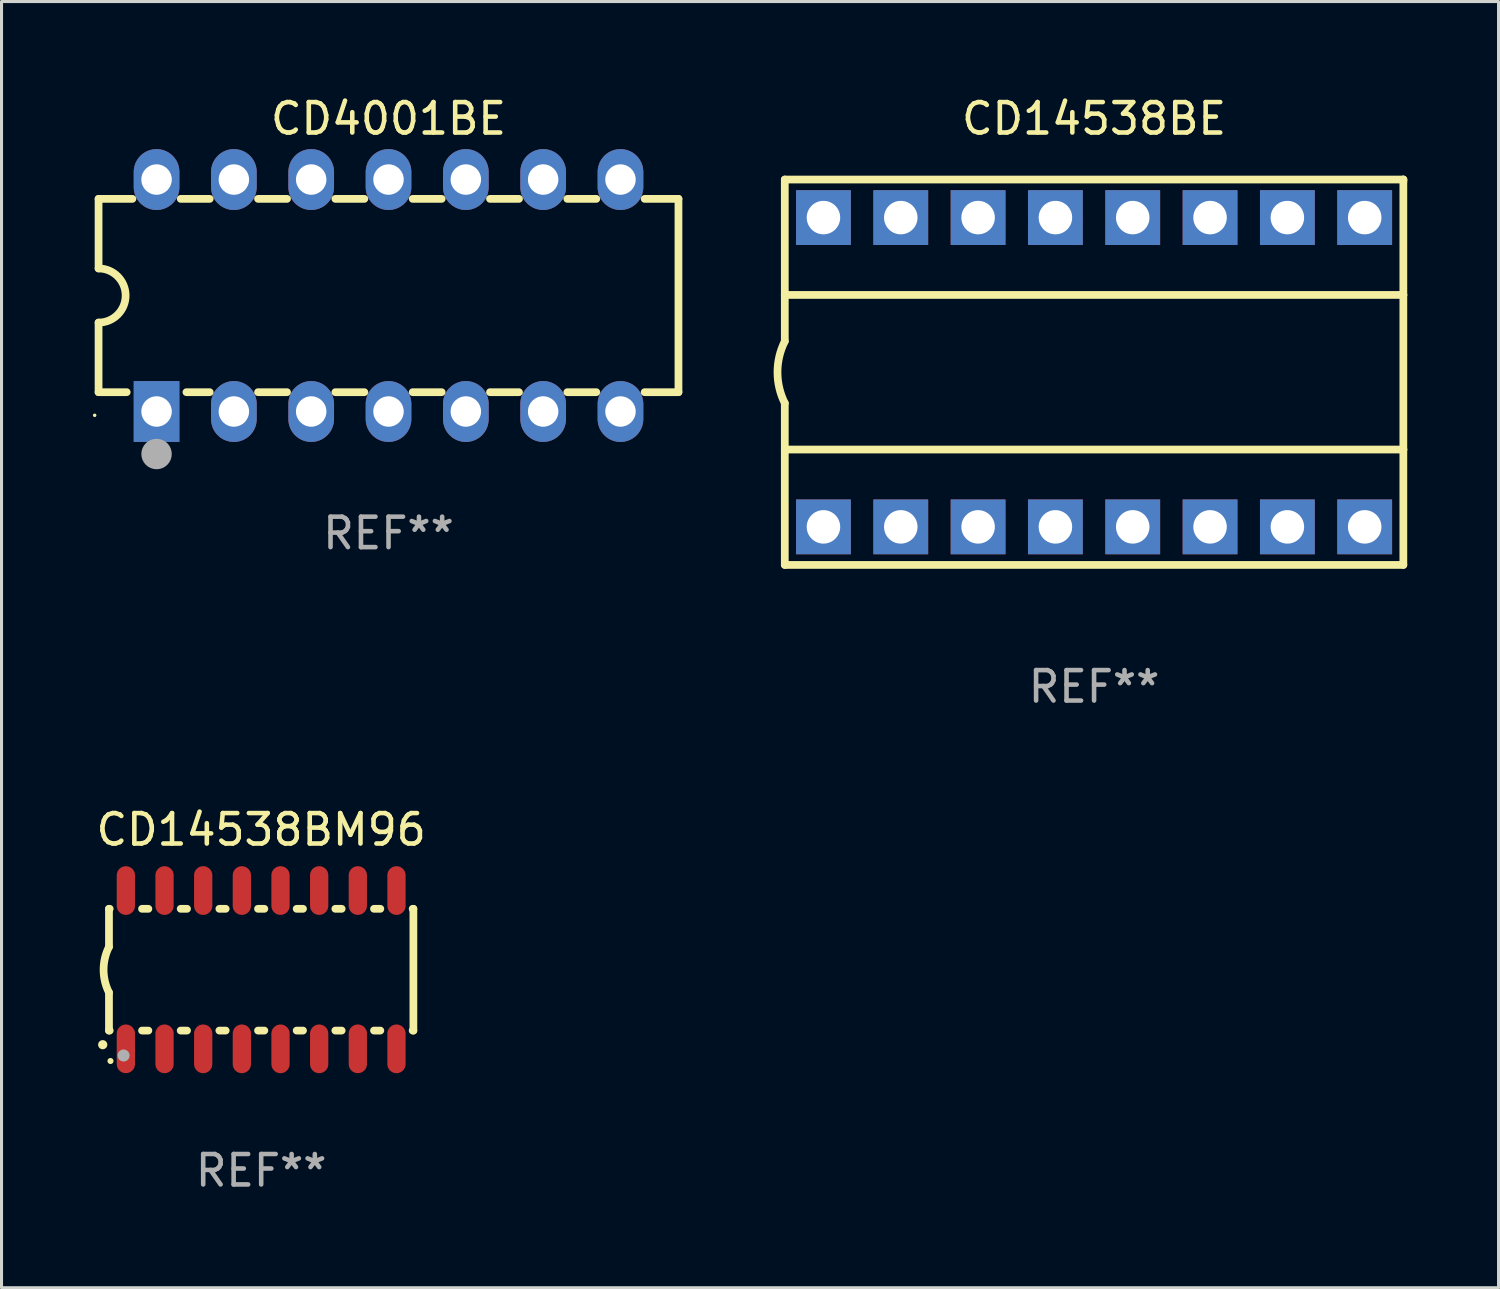
<source format=kicad_pcb>
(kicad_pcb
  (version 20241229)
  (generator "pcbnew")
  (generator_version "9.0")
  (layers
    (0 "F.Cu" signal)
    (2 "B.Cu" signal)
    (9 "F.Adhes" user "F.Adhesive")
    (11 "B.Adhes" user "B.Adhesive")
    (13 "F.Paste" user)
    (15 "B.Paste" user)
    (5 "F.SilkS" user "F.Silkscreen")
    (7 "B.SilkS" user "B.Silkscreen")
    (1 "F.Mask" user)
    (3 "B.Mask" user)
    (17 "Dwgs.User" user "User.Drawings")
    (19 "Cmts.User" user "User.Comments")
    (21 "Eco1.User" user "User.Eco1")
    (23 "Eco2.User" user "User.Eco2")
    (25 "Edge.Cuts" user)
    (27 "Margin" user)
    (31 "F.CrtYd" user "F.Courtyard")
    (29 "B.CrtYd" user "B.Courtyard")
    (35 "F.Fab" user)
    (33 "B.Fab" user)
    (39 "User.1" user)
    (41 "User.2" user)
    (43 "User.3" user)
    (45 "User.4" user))
  (footprint "CD4001BE"
    (layer "F.Cu")
    (at 9.713 6.658)
    (property "Reference" "CD4001BE" (at 0 -5.81 0) (layer "F.SilkS") (effects (font (size 1 1) (thickness 0.15))))
    (attr through_hole)
    (fp_line (start -9.525 -3.175) (end -9.525 -0.889) (stroke (width 0.254) (type solid)) (layer "F.SilkS"))
    (fp_line (start -9.525 -3.175) (end -8.414 -3.175) (stroke (width 0.254) (type solid)) (layer "F.SilkS"))
    (fp_line (start -9.525 3.175) (end -9.525 0.889) (stroke (width 0.254) (type solid)) (layer "F.SilkS"))
    (fp_line (start -8.601 3.175) (end -9.525 3.175) (stroke (width 0.254) (type solid)) (layer "F.SilkS"))
    (fp_line (start -6.826 -3.175) (end -5.874 -3.175) (stroke (width 0.254) (type solid)) (layer "F.SilkS"))
    (fp_line (start -5.874 3.175) (end -6.639 3.175) (stroke (width 0.254) (type solid)) (layer "F.SilkS"))
    (fp_line (start -4.286 -3.175) (end -3.334 -3.175) (stroke (width 0.254) (type solid)) (layer "F.SilkS"))
    (fp_line (start -3.334 3.175) (end -4.286 3.175) (stroke (width 0.254) (type solid)) (layer "F.SilkS"))
    (fp_line (start -1.746 -3.175) (end -0.794 -3.175) (stroke (width 0.254) (type solid)) (layer "F.SilkS"))
    (fp_line (start -0.794 3.175) (end -1.746 3.175) (stroke (width 0.254) (type solid)) (layer "F.SilkS"))
    (fp_line (start 0.794 -3.175) (end 1.746 -3.175) (stroke (width 0.254) (type solid)) (layer "F.SilkS"))
    (fp_line (start 1.746 3.175) (end 0.794 3.175) (stroke (width 0.254) (type solid)) (layer "F.SilkS"))
    (fp_line (start 3.334 -3.175) (end 4.286 -3.175) (stroke (width 0.254) (type solid)) (layer "F.SilkS"))
    (fp_line (start 4.286 3.175) (end 3.334 3.175) (stroke (width 0.254) (type solid)) (layer "F.SilkS"))
    (fp_line (start 5.874 -3.175) (end 6.826 -3.175) (stroke (width 0.254) (type solid)) (layer "F.SilkS"))
    (fp_line (start 6.826 3.175) (end 5.874 3.175) (stroke (width 0.254) (type solid)) (layer "F.SilkS"))
    (fp_line (start 8.414 -3.175) (end 9.525 -3.175) (stroke (width 0.254) (type solid)) (layer "F.SilkS"))
    (fp_line (start 9.525 -3.175) (end 9.525 3.175) (stroke (width 0.254) (type solid)) (layer "F.SilkS"))
    (fp_line (start 9.525 3.175) (end 8.414 3.175) (stroke (width 0.254) (type solid)) (layer "F.SilkS"))
    (fp_arc (start -9.525019 -0.889002) (mid -8.636017 0) (end -9.525019 0.889002) (stroke (width 0.254001) (type solid)) (layer "F.SilkS"))
    (fp_circle (center -9.653 3.935) (end -9.623 3.935) (stroke (width 0.06) (type solid)) (fill no) (layer "F.SilkS"))
    (fp_circle (center -7.62 5.207) (end -7.37 5.207) (stroke (width 0.5) (type solid)) (fill no) (layer "F.Fab"))
    (fp_text user "REF**" (at 0 7.81 0) (layer "F.Fab") (effects (font (size 1 1) (thickness 0.15))))
    (pad "1" thru_hole rect (at -7.62 3.81) (size 1.5 2) (drill 1) (layers "*.Cu" "*.Mask"))
    (pad "2" thru_hole oval (at -5.08 3.81) (size 1.5 2) (drill 1) (layers "*.Cu" "*.Mask"))
    (pad "3" thru_hole oval (at -2.54 3.81) (size 1.5 2) (drill 1) (layers "*.Cu" "*.Mask"))
    (pad "4" thru_hole oval (at 0 3.81) (size 1.5 2) (drill 1) (layers "*.Cu" "*.Mask"))
    (pad "5" thru_hole oval (at 2.54 3.81) (size 1.5 2) (drill 1) (layers "*.Cu" "*.Mask"))
    (pad "6" thru_hole oval (at 5.08 3.81) (size 1.5 2) (drill 1) (layers "*.Cu" "*.Mask"))
    (pad "7" thru_hole oval (at 7.62 3.81) (size 1.5 2) (drill 1) (layers "*.Cu" "*.Mask"))
    (pad "8" thru_hole oval (at 7.62 -3.81) (size 1.5 2) (drill 1) (layers "*.Cu" "*.Mask"))
    (pad "9" thru_hole oval (at 5.08 -3.81) (size 1.5 2) (drill 1) (layers "*.Cu" "*.Mask"))
    (pad "10" thru_hole oval (at 2.54 -3.81) (size 1.5 2) (drill 1) (layers "*.Cu" "*.Mask"))
    (pad "11" thru_hole oval (at 0 -3.81) (size 1.5 2) (drill 1) (layers "*.Cu" "*.Mask"))
    (pad "12" thru_hole oval (at -2.54 -3.81) (size 1.5 2) (drill 1) (layers "*.Cu" "*.Mask"))
    (pad "13" thru_hole oval (at -5.08 -3.81) (size 1.5 2) (drill 1) (layers "*.Cu" "*.Mask"))
    (pad "14" thru_hole oval (at -7.62 -3.81) (size 1.5 2) (drill 1) (layers "*.Cu" "*.Mask")))
  (footprint "CD14538BE"
    (layer "F.Cu")
    (at 32.891 9.178)
    (property "Reference" "CD14538BE" (at 0 -8.33 0) (layer "F.SilkS") (effects (font (size 1 1) (thickness 0.15))))
    (attr through_hole)
    (fp_line (start -10.16 -6.33) (end -10.16 -2.54) (stroke (width 0.254) (type solid)) (layer "F.SilkS"))
    (fp_line (start -10.16 -6.33) (end 10.16 -6.33) (stroke (width 0.254) (type solid)) (layer "F.SilkS"))
    (fp_line (start -10.16 -2.54) (end -10.16 -1.016) (stroke (width 0.254) (type solid)) (layer "F.SilkS"))
    (fp_line (start -10.16 -2.54) (end 10.16 -2.54) (stroke (width 0.254) (type solid)) (layer "F.SilkS"))
    (fp_line (start -10.16 2.54) (end -10.16 1.016) (stroke (width 0.254) (type solid)) (layer "F.SilkS"))
    (fp_line (start -10.16 2.54) (end 10.16 2.54) (stroke (width 0.254) (type solid)) (layer "F.SilkS"))
    (fp_line (start -10.16 6.33) (end -10.16 2.54) (stroke (width 0.254) (type solid)) (layer "F.SilkS"))
    (fp_line (start -10.16 6.33) (end 10.16 6.33) (stroke (width 0.254) (type solid)) (layer "F.SilkS"))
    (fp_line (start 10.16 -6.33) (end 10.16 -6.267) (stroke (width 0.254) (type solid)) (layer "F.SilkS"))
    (fp_line (start 10.16 -6.33) (end 10.16 -2.54) (stroke (width 0.254) (type solid)) (layer "F.SilkS"))
    (fp_line (start 10.16 -2.54) (end 10.16 2.54) (stroke (width 0.254) (type solid)) (layer "F.SilkS"))
    (fp_line (start 10.16 2.54) (end 10.16 6.33) (stroke (width 0.254) (type solid)) (layer "F.SilkS"))
    (fp_arc (start -10.16 1.016) (mid -10.399845 0) (end -10.16 -1.016) (stroke (width 0.254001) (type solid)) (layer "F.SilkS"))
    (fp_text user "REF**" (at 0 10.33 0) (layer "F.Fab") (effects (font (size 1 1) (thickness 0.15))))
    (pad "1" thru_hole rect (at -8.89 5.08) (size 1.8 1.8) (drill 1.1) (layers "*.Cu" "*.Mask"))
    (pad "2" thru_hole rect (at -6.35 5.08) (size 1.8 1.8) (drill 1.1) (layers "*.Cu" "*.Mask"))
    (pad "3" thru_hole rect (at -3.81 5.08) (size 1.8 1.8) (drill 1.1) (layers "*.Cu" "*.Mask"))
    (pad "4" thru_hole rect (at -1.27 5.08) (size 1.8 1.8) (drill 1.1) (layers "*.Cu" "*.Mask"))
    (pad "5" thru_hole rect (at 1.27 5.08) (size 1.8 1.8) (drill 1.1) (layers "*.Cu" "*.Mask"))
    (pad "6" thru_hole rect (at 3.81 5.08) (size 1.8 1.8) (drill 1.1) (layers "*.Cu" "*.Mask"))
    (pad "7" thru_hole rect (at 6.35 5.08) (size 1.8 1.8) (drill 1.1) (layers "*.Cu" "*.Mask"))
    (pad "8" thru_hole rect (at 8.89 5.08) (size 1.8 1.8) (drill 1.1) (layers "*.Cu" "*.Mask"))
    (pad "9" thru_hole rect (at 8.89 -5.08) (size 1.8 1.8) (drill 1.1) (layers "*.Cu" "*.Mask"))
    (pad "10" thru_hole rect (at 6.35 -5.08) (size 1.8 1.8) (drill 1.1) (layers "*.Cu" "*.Mask"))
    (pad "11" thru_hole rect (at 3.81 -5.08) (size 1.8 1.8) (drill 1.1) (layers "*.Cu" "*.Mask"))
    (pad "12" thru_hole rect (at 1.27 -5.08) (size 1.8 1.8) (drill 1.1) (layers "*.Cu" "*.Mask"))
    (pad "13" thru_hole rect (at -1.27 -5.08) (size 1.8 1.8) (drill 1.1) (layers "*.Cu" "*.Mask"))
    (pad "14" thru_hole rect (at -3.81 -5.08) (size 1.8 1.8) (drill 1.1) (layers "*.Cu" "*.Mask"))
    (pad "15" thru_hole rect (at -6.35 -5.08) (size 1.8 1.8) (drill 1.1) (layers "*.Cu" "*.Mask"))
    (pad "16" thru_hole rect (at -8.89 -5.08) (size 1.8 1.8) (drill 1.1) (layers "*.Cu" "*.Mask")))
  (footprint "CD14538BM96"
    (layer "F.Cu")
    (at 5.53 28.805)
    (property "Reference" "CD14538BM96" (at 0 -4.6 0) (layer "F.SilkS") (effects (font (size 1 1) (thickness 0.15))))
    (attr through_hole)
    (fp_line (start -5 -2) (end -5 -0.75) (stroke (width 0.254) (type solid)) (layer "F.SilkS"))
    (fp_line (start -5 -2) (end -4.976 -2) (stroke (width 0.254) (type solid)) (layer "F.SilkS"))
    (fp_line (start -5 2) (end -5 0.75) (stroke (width 0.254) (type solid)) (layer "F.SilkS"))
    (fp_line (start -5 2) (end -4.976 2) (stroke (width 0.254) (type solid)) (layer "F.SilkS"))
    (fp_line (start -3.914 -2) (end -3.706 -2) (stroke (width 0.254) (type solid)) (layer "F.SilkS"))
    (fp_line (start -3.914 2) (end -3.706 2) (stroke (width 0.254) (type solid)) (layer "F.SilkS"))
    (fp_line (start -2.644 -2) (end -2.436 -2) (stroke (width 0.254) (type solid)) (layer "F.SilkS"))
    (fp_line (start -2.644 2) (end -2.436 2) (stroke (width 0.254) (type solid)) (layer "F.SilkS"))
    (fp_line (start -1.374 -2) (end -1.166 -2) (stroke (width 0.254) (type solid)) (layer "F.SilkS"))
    (fp_line (start -1.374 2) (end -1.166 2) (stroke (width 0.254) (type solid)) (layer "F.SilkS"))
    (fp_line (start -0.104 -2) (end 0.104 -2) (stroke (width 0.254) (type solid)) (layer "F.SilkS"))
    (fp_line (start -0.104 2) (end 0.104 2) (stroke (width 0.254) (type solid)) (layer "F.SilkS"))
    (fp_line (start 1.166 -2) (end 1.374 -2) (stroke (width 0.254) (type solid)) (layer "F.SilkS"))
    (fp_line (start 1.166 2) (end 1.374 2) (stroke (width 0.254) (type solid)) (layer "F.SilkS"))
    (fp_line (start 2.436 -2) (end 2.644 -2) (stroke (width 0.254) (type solid)) (layer "F.SilkS"))
    (fp_line (start 2.436 2) (end 2.644 2) (stroke (width 0.254) (type solid)) (layer "F.SilkS"))
    (fp_line (start 3.706 -2) (end 3.914 -2) (stroke (width 0.254) (type solid)) (layer "F.SilkS"))
    (fp_line (start 3.706 2) (end 3.914 2) (stroke (width 0.254) (type solid)) (layer "F.SilkS"))
    (fp_line (start 4.976 -2) (end 5 -2) (stroke (width 0.254) (type solid)) (layer "F.SilkS"))
    (fp_line (start 4.976 2) (end 5 2) (stroke (width 0.254) (type solid)) (layer "F.SilkS"))
    (fp_line (start 5 2) (end 5 -2) (stroke (width 0.254) (type solid)) (layer "F.SilkS"))
    (fp_arc (start -5.20701 2.46383) (mid -5.20574 2.463825) (end -5.20447 2.46383) (stroke (width 0.3) (type solid)) (layer "F.SilkS"))
    (fp_arc (start -5 0.751207) (mid -5.177192 0.00061) (end -5 -0.749987) (stroke (width 0.254001) (type solid)) (layer "F.SilkS"))
    (fp_circle (center -4.95 3) (end -4.9 3) (stroke (width 0.1) (type solid)) (fill no) (layer "F.SilkS"))
    (fp_circle (center -4.521 2.819) (end -4.421 2.819) (stroke (width 0.2) (type solid)) (fill no) (layer "F.Fab"))
    (fp_text user "REF**" (at 0 6.6 0) (layer "F.Fab") (effects (font (size 1 1) (thickness 0.15))))
    (pad "1" smd oval (at -4.445 2.6 180) (size 0.6 1.6) (layers "F.Cu" "F.Mask" "F.Paste"))
    (pad "2" smd oval (at -3.175 2.6 180) (size 0.6 1.6) (layers "F.Cu" "F.Mask" "F.Paste"))
    (pad "3" smd oval (at -1.905 2.6 180) (size 0.6 1.6) (layers "F.Cu" "F.Mask" "F.Paste"))
    (pad "4" smd oval (at -0.635 2.6 180) (size 0.6 1.6) (layers "F.Cu" "F.Mask" "F.Paste"))
    (pad "5" smd oval (at 0.635 2.6 180) (size 0.6 1.6) (layers "F.Cu" "F.Mask" "F.Paste"))
    (pad "6" smd oval (at 1.905 2.6 180) (size 0.6 1.6) (layers "F.Cu" "F.Mask" "F.Paste"))
    (pad "7" smd oval (at 3.175 2.6 180) (size 0.6 1.6) (layers "F.Cu" "F.Mask" "F.Paste"))
    (pad "8" smd oval (at 4.445 2.6 180) (size 0.6 1.6) (layers "F.Cu" "F.Mask" "F.Paste"))
    (pad "9" smd oval (at 4.445 -2.6 180) (size 0.6 1.6) (layers "F.Cu" "F.Mask" "F.Paste"))
    (pad "10" smd oval (at 3.175 -2.6 180) (size 0.6 1.6) (layers "F.Cu" "F.Mask" "F.Paste"))
    (pad "11" smd oval (at 1.905 -2.6 180) (size 0.6 1.6) (layers "F.Cu" "F.Mask" "F.Paste"))
    (pad "12" smd oval (at 0.635 -2.6 180) (size 0.6 1.6) (layers "F.Cu" "F.Mask" "F.Paste"))
    (pad "13" smd oval (at -0.635 -2.6 180) (size 0.6 1.6) (layers "F.Cu" "F.Mask" "F.Paste"))
    (pad "14" smd oval (at -1.905 -2.6 180) (size 0.6 1.6) (layers "F.Cu" "F.Mask" "F.Paste"))
    (pad "15" smd oval (at -3.175 -2.6 180) (size 0.6 1.6) (layers "F.Cu" "F.Mask" "F.Paste"))
    (pad "16" smd oval (at -4.445 -2.6 180) (size 0.6 1.6) (layers "F.Cu" "F.Mask" "F.Paste")))
  (gr_rect
    (start -3 -3)
    (end 46.178 39.253)
    (stroke (width 0.1) (type default))
    (fill no)
    (layer "Edge.Cuts")))
</source>
